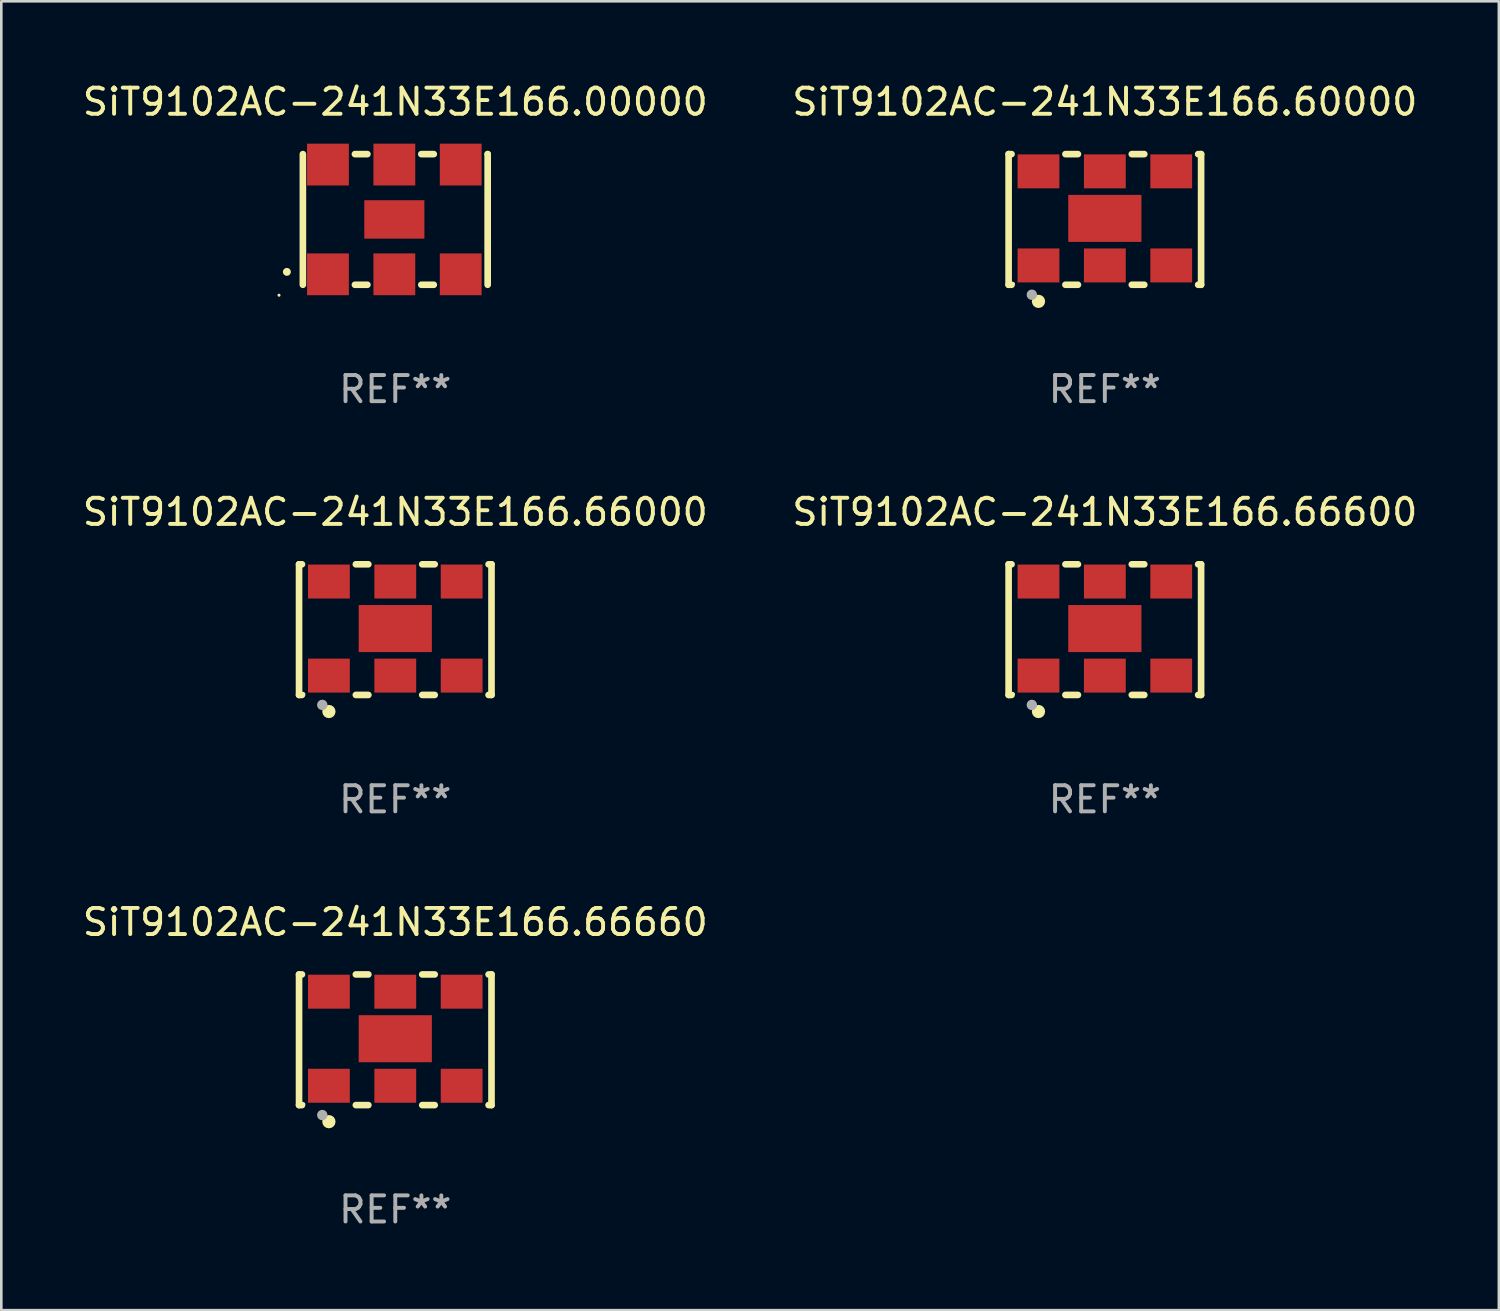
<source format=kicad_pcb>
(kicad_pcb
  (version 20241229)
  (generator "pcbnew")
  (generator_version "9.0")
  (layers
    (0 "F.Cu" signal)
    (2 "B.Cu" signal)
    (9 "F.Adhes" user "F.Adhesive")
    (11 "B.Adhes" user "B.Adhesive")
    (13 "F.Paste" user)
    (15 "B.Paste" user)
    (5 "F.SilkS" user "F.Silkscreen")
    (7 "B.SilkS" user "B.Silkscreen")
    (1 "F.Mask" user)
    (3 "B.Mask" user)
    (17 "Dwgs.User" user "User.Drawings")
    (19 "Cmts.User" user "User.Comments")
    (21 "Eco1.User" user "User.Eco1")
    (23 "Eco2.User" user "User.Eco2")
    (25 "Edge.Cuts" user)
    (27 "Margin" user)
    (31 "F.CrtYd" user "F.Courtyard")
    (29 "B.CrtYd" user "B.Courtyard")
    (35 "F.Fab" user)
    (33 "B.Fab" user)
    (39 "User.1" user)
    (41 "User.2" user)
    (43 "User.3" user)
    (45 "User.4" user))
  (footprint "SiT9102AC-241N33E166.66000"
    (layer "F.Cu")
    (at 12.077 21.045)
    (property "Reference" "SiT9102AC-241N33E166.66000" (at 0 -4.5 0) (layer "F.SilkS") (effects (font (size 1 1) (thickness 0.15))))
    (attr through_hole)
    (fp_line (start -3.683 -2.5) (end -3.571 -2.5) (stroke (width 0.254) (type solid)) (layer "F.SilkS"))
    (fp_line (start -3.683 2.5) (end -3.683 -2.5) (stroke (width 0.254) (type solid)) (layer "F.SilkS"))
    (fp_line (start -3.683 2.5) (end -3.571 2.5) (stroke (width 0.254) (type solid)) (layer "F.SilkS"))
    (fp_line (start -1.509 -2.5) (end -1.031 -2.5) (stroke (width 0.254) (type solid)) (layer "F.SilkS"))
    (fp_line (start -1.509 2.5) (end -1.031 2.5) (stroke (width 0.254) (type solid)) (layer "F.SilkS"))
    (fp_line (start 1.031 -2.5) (end 1.509 -2.5) (stroke (width 0.254) (type solid)) (layer "F.SilkS"))
    (fp_line (start 1.031 2.5) (end 1.509 2.5) (stroke (width 0.254) (type solid)) (layer "F.SilkS"))
    (fp_line (start 3.571 -2.5) (end 3.683 -2.5) (stroke (width 0.254) (type solid)) (layer "F.SilkS"))
    (fp_line (start 3.571 2.5) (end 3.683 2.5) (stroke (width 0.254) (type solid)) (layer "F.SilkS"))
    (fp_line (start 3.683 2.5) (end 3.683 -2.5) (stroke (width 0.254) (type solid)) (layer "F.SilkS"))
    (fp_circle (center -3.5 2.46) (end -3.47 2.46) (stroke (width 0.06) (type solid)) (fill no) (layer "F.SilkS"))
    (fp_circle (center -2.54 3.135) (end -2.413 3.135) (stroke (width 0.254) (type solid)) (fill no) (layer "F.SilkS"))
    (fp_circle (center -2.794 2.881) (end -2.694 2.881) (stroke (width 0.2) (type solid)) (fill no) (layer "F.Fab"))
    (fp_text user "REF**" (at 0 6.5 0) (layer "F.Fab") (effects (font (size 1 1) (thickness 0.15))))
    (pad "1" smd rect (at -2.54 1.76) (size 1.6 1.3) (layers "F.Cu" "F.Mask" "F.Paste"))
    (pad "2" smd rect (at 0 1.76) (size 1.6 1.3) (layers "F.Cu" "F.Mask" "F.Paste"))
    (pad "3" smd rect (at 2.54 1.76) (size 1.6 1.3) (layers "F.Cu" "F.Mask" "F.Paste"))
    (pad "4" smd rect (at 2.54 -1.84) (size 1.6 1.3) (layers "F.Cu" "F.Mask" "F.Paste"))
    (pad "5" smd rect (at 0 -1.84) (size 1.6 1.3) (layers "F.Cu" "F.Mask" "F.Paste"))
    (pad "6" smd rect (at -2.54 -1.84) (size 1.6 1.3) (layers "F.Cu" "F.Mask" "F.Paste"))
    (pad "7" smd rect (at 0 -0.04) (size 2.8 1.8) (layers "F.Cu" "F.Mask" "F.Paste")))
  (footprint "SiT9102AC-241N33E166.00000"
    (layer "F.Cu")
    (at 12.077 5.348)
    (property "Reference" "SiT9102AC-241N33E166.00000" (at 0 -4.5 0) (layer "F.SilkS") (effects (font (size 1 1) (thickness 0.15))))
    (attr through_hole)
    (fp_line (start -3.536 -2.5) (end -3.536 2.5) (stroke (width 0.254) (type solid)) (layer "F.SilkS"))
    (fp_line (start -1.544 2.5) (end -1.067 2.5) (stroke (width 0.254) (type solid)) (layer "F.SilkS"))
    (fp_line (start -1.067 -2.5) (end -1.544 -2.5) (stroke (width 0.254) (type solid)) (layer "F.SilkS"))
    (fp_line (start 0.996 2.5) (end 1.473 2.5) (stroke (width 0.254) (type solid)) (layer "F.SilkS"))
    (fp_line (start 1.473 -2.5) (end 0.996 -2.5) (stroke (width 0.254) (type solid)) (layer "F.SilkS"))
    (fp_line (start 3.536 -2.5) (end 3.536 -2.5) (stroke (width 0.254) (type solid)) (layer "F.SilkS"))
    (fp_line (start 3.536 2.5) (end 3.536 -2.5) (stroke (width 0.254) (type solid)) (layer "F.SilkS"))
    (fp_arc (start -4.150432 2.006604) (mid -4.149162 2.006599) (end -4.147892 2.006604) (stroke (width 0.3) (type solid)) (layer "F.SilkS"))
    (fp_circle (center -4.449 2.9) (end -4.419 2.9) (stroke (width 0.06) (type solid)) (fill no) (layer "F.SilkS"))
    (fp_text user "REF**" (at 0 6.5 0) (layer "F.Fab") (effects (font (size 1 1) (thickness 0.15))))
    (pad "1" smd rect (at -2.576 2.1) (size 1.6 1.6) (layers "F.Cu" "F.Mask" "F.Paste"))
    (pad "2" smd rect (at -0.036 2.1) (size 1.6 1.6) (layers "F.Cu" "F.Mask" "F.Paste"))
    (pad "3" smd rect (at 2.504 2.1) (size 1.6 1.6) (layers "F.Cu" "F.Mask" "F.Paste"))
    (pad "4" smd rect (at 2.504 -2.1) (size 1.6 1.6) (layers "F.Cu" "F.Mask" "F.Paste"))
    (pad "5" smd rect (at -0.036 -2.1) (size 1.6 1.6) (layers "F.Cu" "F.Mask" "F.Paste"))
    (pad "6" smd rect (at -2.576 -2.1) (size 1.6 1.6) (layers "F.Cu" "F.Mask" "F.Paste"))
    (pad "7" smd rect (at -0.036 0) (size 2.3 1.47) (layers "F.Cu" "F.Mask" "F.Paste")))
  (footprint "SiT9102AC-241N33E166.60000"
    (layer "F.Cu")
    (at 39.232 5.348)
    (property "Reference" "SiT9102AC-241N33E166.60000" (at 0 -4.5 0) (layer "F.SilkS") (effects (font (size 1 1) (thickness 0.15))))
    (attr through_hole)
    (fp_line (start -3.683 -2.5) (end -3.571 -2.5) (stroke (width 0.254) (type solid)) (layer "F.SilkS"))
    (fp_line (start -3.683 2.5) (end -3.683 -2.5) (stroke (width 0.254) (type solid)) (layer "F.SilkS"))
    (fp_line (start -3.683 2.5) (end -3.571 2.5) (stroke (width 0.254) (type solid)) (layer "F.SilkS"))
    (fp_line (start -1.509 -2.5) (end -1.031 -2.5) (stroke (width 0.254) (type solid)) (layer "F.SilkS"))
    (fp_line (start -1.509 2.5) (end -1.031 2.5) (stroke (width 0.254) (type solid)) (layer "F.SilkS"))
    (fp_line (start 1.031 -2.5) (end 1.509 -2.5) (stroke (width 0.254) (type solid)) (layer "F.SilkS"))
    (fp_line (start 1.031 2.5) (end 1.509 2.5) (stroke (width 0.254) (type solid)) (layer "F.SilkS"))
    (fp_line (start 3.571 -2.5) (end 3.683 -2.5) (stroke (width 0.254) (type solid)) (layer "F.SilkS"))
    (fp_line (start 3.571 2.5) (end 3.683 2.5) (stroke (width 0.254) (type solid)) (layer "F.SilkS"))
    (fp_line (start 3.683 2.5) (end 3.683 -2.5) (stroke (width 0.254) (type solid)) (layer "F.SilkS"))
    (fp_circle (center -3.5 2.46) (end -3.47 2.46) (stroke (width 0.06) (type solid)) (fill no) (layer "F.SilkS"))
    (fp_circle (center -2.54 3.135) (end -2.413 3.135) (stroke (width 0.254) (type solid)) (fill no) (layer "F.SilkS"))
    (fp_circle (center -2.794 2.881) (end -2.694 2.881) (stroke (width 0.2) (type solid)) (fill no) (layer "F.Fab"))
    (fp_text user "REF**" (at 0 6.5 0) (layer "F.Fab") (effects (font (size 1 1) (thickness 0.15))))
    (pad "1" smd rect (at -2.54 1.76) (size 1.6 1.3) (layers "F.Cu" "F.Mask" "F.Paste"))
    (pad "2" smd rect (at 0 1.76) (size 1.6 1.3) (layers "F.Cu" "F.Mask" "F.Paste"))
    (pad "3" smd rect (at 2.54 1.76) (size 1.6 1.3) (layers "F.Cu" "F.Mask" "F.Paste"))
    (pad "4" smd rect (at 2.54 -1.84) (size 1.6 1.3) (layers "F.Cu" "F.Mask" "F.Paste"))
    (pad "5" smd rect (at 0 -1.84) (size 1.6 1.3) (layers "F.Cu" "F.Mask" "F.Paste"))
    (pad "6" smd rect (at -2.54 -1.84) (size 1.6 1.3) (layers "F.Cu" "F.Mask" "F.Paste"))
    (pad "7" smd rect (at 0 -0.04) (size 2.8 1.8) (layers "F.Cu" "F.Mask" "F.Paste")))
  (footprint "SiT9102AC-241N33E166.66660"
    (layer "F.Cu")
    (at 12.077 36.741)
    (property "Reference" "SiT9102AC-241N33E166.66660" (at 0 -4.5 0) (layer "F.SilkS") (effects (font (size 1 1) (thickness 0.15))))
    (attr through_hole)
    (fp_line (start -3.683 -2.5) (end -3.571 -2.5) (stroke (width 0.254) (type solid)) (layer "F.SilkS"))
    (fp_line (start -3.683 2.5) (end -3.683 -2.5) (stroke (width 0.254) (type solid)) (layer "F.SilkS"))
    (fp_line (start -3.683 2.5) (end -3.571 2.5) (stroke (width 0.254) (type solid)) (layer "F.SilkS"))
    (fp_line (start -1.509 -2.5) (end -1.031 -2.5) (stroke (width 0.254) (type solid)) (layer "F.SilkS"))
    (fp_line (start -1.509 2.5) (end -1.031 2.5) (stroke (width 0.254) (type solid)) (layer "F.SilkS"))
    (fp_line (start 1.031 -2.5) (end 1.509 -2.5) (stroke (width 0.254) (type solid)) (layer "F.SilkS"))
    (fp_line (start 1.031 2.5) (end 1.509 2.5) (stroke (width 0.254) (type solid)) (layer "F.SilkS"))
    (fp_line (start 3.571 -2.5) (end 3.683 -2.5) (stroke (width 0.254) (type solid)) (layer "F.SilkS"))
    (fp_line (start 3.571 2.5) (end 3.683 2.5) (stroke (width 0.254) (type solid)) (layer "F.SilkS"))
    (fp_line (start 3.683 2.5) (end 3.683 -2.5) (stroke (width 0.254) (type solid)) (layer "F.SilkS"))
    (fp_circle (center -3.5 2.46) (end -3.47 2.46) (stroke (width 0.06) (type solid)) (fill no) (layer "F.SilkS"))
    (fp_circle (center -2.54 3.135) (end -2.413 3.135) (stroke (width 0.254) (type solid)) (fill no) (layer "F.SilkS"))
    (fp_circle (center -2.794 2.881) (end -2.694 2.881) (stroke (width 0.2) (type solid)) (fill no) (layer "F.Fab"))
    (fp_text user "REF**" (at 0 6.5 0) (layer "F.Fab") (effects (font (size 1 1) (thickness 0.15))))
    (pad "1" smd rect (at -2.54 1.76) (size 1.6 1.3) (layers "F.Cu" "F.Mask" "F.Paste"))
    (pad "2" smd rect (at 0 1.76) (size 1.6 1.3) (layers "F.Cu" "F.Mask" "F.Paste"))
    (pad "3" smd rect (at 2.54 1.76) (size 1.6 1.3) (layers "F.Cu" "F.Mask" "F.Paste"))
    (pad "4" smd rect (at 2.54 -1.84) (size 1.6 1.3) (layers "F.Cu" "F.Mask" "F.Paste"))
    (pad "5" smd rect (at 0 -1.84) (size 1.6 1.3) (layers "F.Cu" "F.Mask" "F.Paste"))
    (pad "6" smd rect (at -2.54 -1.84) (size 1.6 1.3) (layers "F.Cu" "F.Mask" "F.Paste"))
    (pad "7" smd rect (at 0 -0.04) (size 2.8 1.8) (layers "F.Cu" "F.Mask" "F.Paste")))
  (footprint "SiT9102AC-241N33E166.66600"
    (layer "F.Cu")
    (at 39.232 21.045)
    (property "Reference" "SiT9102AC-241N33E166.66600" (at 0 -4.5 0) (layer "F.SilkS") (effects (font (size 1 1) (thickness 0.15))))
    (attr through_hole)
    (fp_line (start -3.683 -2.5) (end -3.571 -2.5) (stroke (width 0.254) (type solid)) (layer "F.SilkS"))
    (fp_line (start -3.683 2.5) (end -3.683 -2.5) (stroke (width 0.254) (type solid)) (layer "F.SilkS"))
    (fp_line (start -3.683 2.5) (end -3.571 2.5) (stroke (width 0.254) (type solid)) (layer "F.SilkS"))
    (fp_line (start -1.509 -2.5) (end -1.031 -2.5) (stroke (width 0.254) (type solid)) (layer "F.SilkS"))
    (fp_line (start -1.509 2.5) (end -1.031 2.5) (stroke (width 0.254) (type solid)) (layer "F.SilkS"))
    (fp_line (start 1.031 -2.5) (end 1.509 -2.5) (stroke (width 0.254) (type solid)) (layer "F.SilkS"))
    (fp_line (start 1.031 2.5) (end 1.509 2.5) (stroke (width 0.254) (type solid)) (layer "F.SilkS"))
    (fp_line (start 3.571 -2.5) (end 3.683 -2.5) (stroke (width 0.254) (type solid)) (layer "F.SilkS"))
    (fp_line (start 3.571 2.5) (end 3.683 2.5) (stroke (width 0.254) (type solid)) (layer "F.SilkS"))
    (fp_line (start 3.683 2.5) (end 3.683 -2.5) (stroke (width 0.254) (type solid)) (layer "F.SilkS"))
    (fp_circle (center -3.5 2.46) (end -3.47 2.46) (stroke (width 0.06) (type solid)) (fill no) (layer "F.SilkS"))
    (fp_circle (center -2.54 3.135) (end -2.413 3.135) (stroke (width 0.254) (type solid)) (fill no) (layer "F.SilkS"))
    (fp_circle (center -2.794 2.881) (end -2.694 2.881) (stroke (width 0.2) (type solid)) (fill no) (layer "F.Fab"))
    (fp_text user "REF**" (at 0 6.5 0) (layer "F.Fab") (effects (font (size 1 1) (thickness 0.15))))
    (pad "1" smd rect (at -2.54 1.76) (size 1.6 1.3) (layers "F.Cu" "F.Mask" "F.Paste"))
    (pad "2" smd rect (at 0 1.76) (size 1.6 1.3) (layers "F.Cu" "F.Mask" "F.Paste"))
    (pad "3" smd rect (at 2.54 1.76) (size 1.6 1.3) (layers "F.Cu" "F.Mask" "F.Paste"))
    (pad "4" smd rect (at 2.54 -1.84) (size 1.6 1.3) (layers "F.Cu" "F.Mask" "F.Paste"))
    (pad "5" smd rect (at 0 -1.84) (size 1.6 1.3) (layers "F.Cu" "F.Mask" "F.Paste"))
    (pad "6" smd rect (at -2.54 -1.84) (size 1.6 1.3) (layers "F.Cu" "F.Mask" "F.Paste"))
    (pad "7" smd rect (at 0 -0.04) (size 2.8 1.8) (layers "F.Cu" "F.Mask" "F.Paste")))
  (gr_rect
    (start -3 -3)
    (end 54.31 47.09)
    (stroke (width 0.1) (type default))
    (fill no)
    (layer "Edge.Cuts")))
</source>
